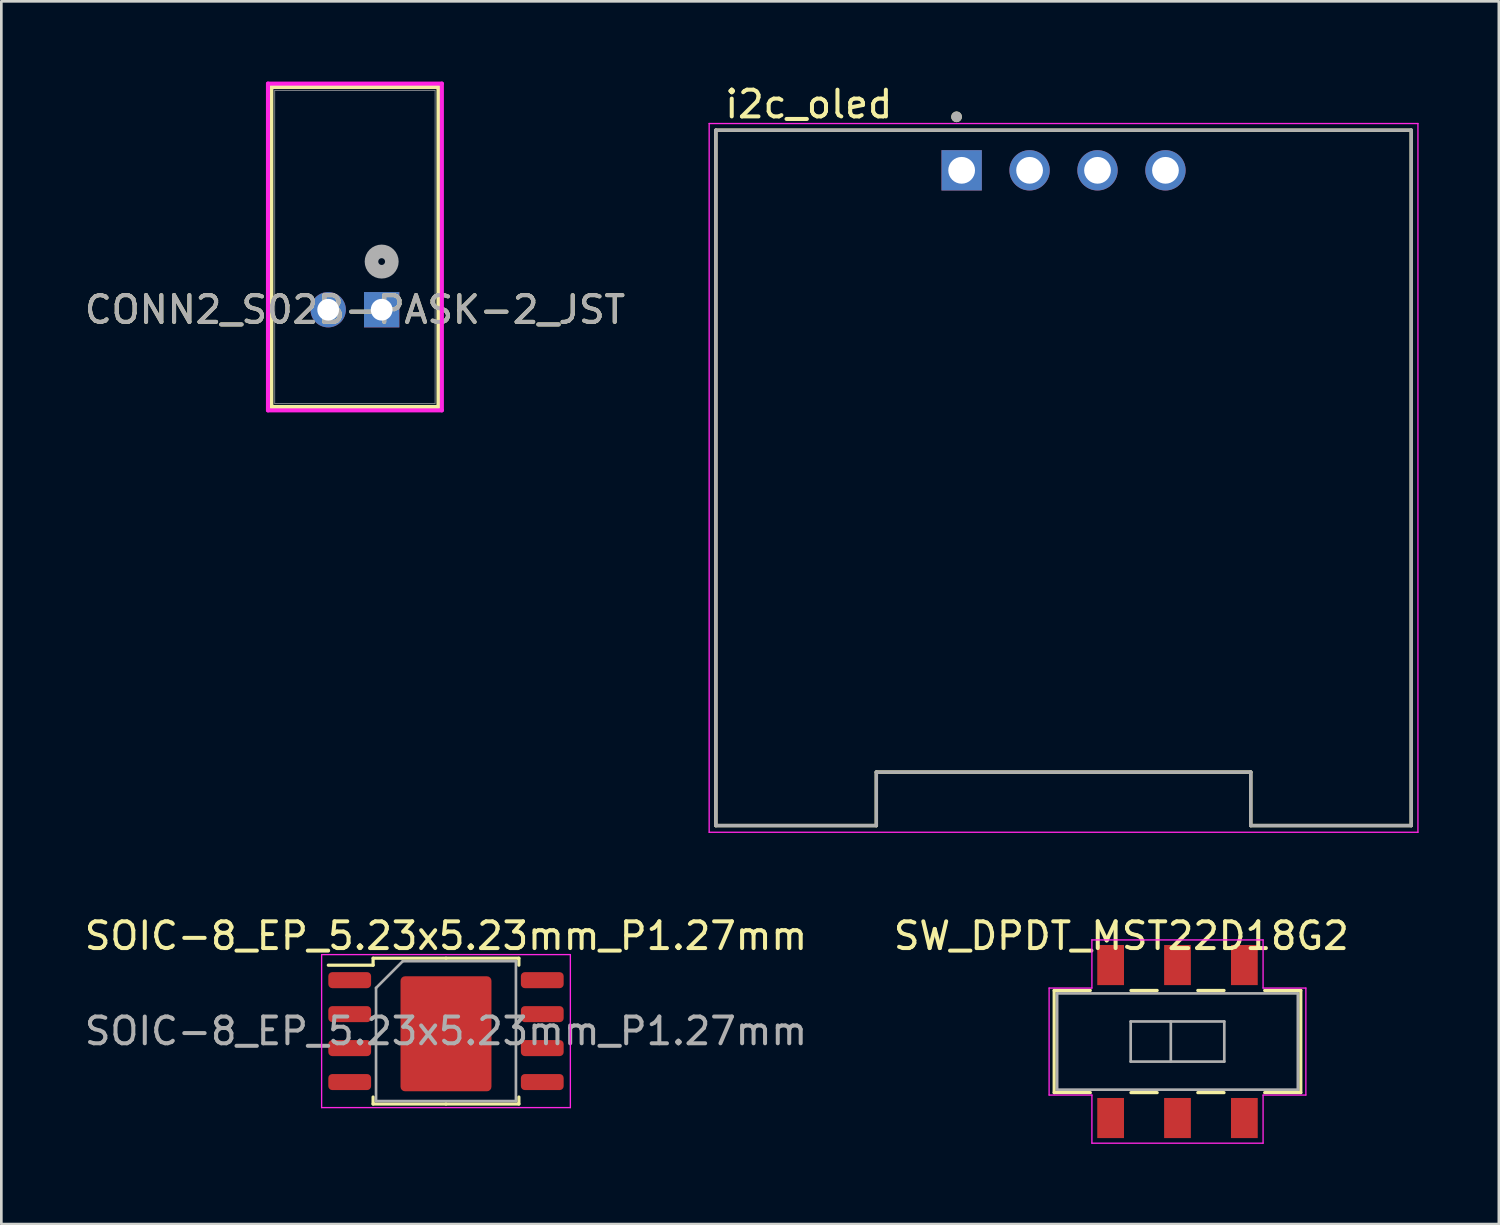
<source format=kicad_pcb>
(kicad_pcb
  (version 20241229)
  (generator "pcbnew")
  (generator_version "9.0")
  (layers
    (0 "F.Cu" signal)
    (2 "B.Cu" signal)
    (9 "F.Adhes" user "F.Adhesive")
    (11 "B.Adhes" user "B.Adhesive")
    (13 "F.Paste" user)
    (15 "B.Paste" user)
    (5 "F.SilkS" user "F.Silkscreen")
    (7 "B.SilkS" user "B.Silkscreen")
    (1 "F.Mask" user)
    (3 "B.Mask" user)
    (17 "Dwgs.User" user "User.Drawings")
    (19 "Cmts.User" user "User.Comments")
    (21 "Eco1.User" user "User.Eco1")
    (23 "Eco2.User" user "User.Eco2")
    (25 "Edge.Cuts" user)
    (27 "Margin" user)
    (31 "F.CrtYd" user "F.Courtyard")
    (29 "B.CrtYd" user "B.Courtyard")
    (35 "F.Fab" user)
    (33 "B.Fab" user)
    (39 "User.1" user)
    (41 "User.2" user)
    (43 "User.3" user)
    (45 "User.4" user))
  (footprint "i2c_oled"
    (layer "F.Cu")
    (at 36.715 14.818)
    (property "Reference" "i2c_oled" (at -9.525 -13.97 0) (layer "F.SilkS") (effects (font (size 1 1) (thickness 0.15))))
    (attr through_hole)
    (fp_line (start -13 -13) (end 13 -13) (stroke (width 0.127) (type solid)) (layer "F.SilkS"))
    (fp_line (start -13 13) (end -13 -13) (stroke (width 0.127) (type solid)) (layer "F.SilkS"))
    (fp_line (start -7 11) (end -7 13) (stroke (width 0.127) (type solid)) (layer "F.SilkS"))
    (fp_line (start -7 13) (end -13 13) (stroke (width 0.127) (type solid)) (layer "F.SilkS"))
    (fp_line (start 7 11) (end -7 11) (stroke (width 0.127) (type solid)) (layer "F.SilkS"))
    (fp_line (start 7 13) (end 7 11) (stroke (width 0.127) (type solid)) (layer "F.SilkS"))
    (fp_line (start 13 -13) (end 13 13) (stroke (width 0.127) (type solid)) (layer "F.SilkS"))
    (fp_line (start 13 13) (end 7 13) (stroke (width 0.127) (type solid)) (layer "F.SilkS"))
    (fp_circle (center -4 -13.5) (end -3.9 -13.5) (stroke (width 0.2) (type solid)) (fill no) (layer "F.SilkS"))
    (fp_line (start -13.25 -13.25) (end 13.25 -13.25) (stroke (width 0.05) (type solid)) (layer "F.CrtYd"))
    (fp_line (start -13.25 13.25) (end -13.25 -13.25) (stroke (width 0.05) (type solid)) (layer "F.CrtYd"))
    (fp_line (start 13.25 -13.25) (end 13.25 13.25) (stroke (width 0.05) (type solid)) (layer "F.CrtYd"))
    (fp_line (start 13.25 13.25) (end -13.25 13.25) (stroke (width 0.05) (type solid)) (layer "F.CrtYd"))
    (fp_line (start -13 -13) (end 13 -13) (stroke (width 0.127) (type solid)) (layer "F.Fab"))
    (fp_line (start -13 13) (end -13 -13) (stroke (width 0.127) (type solid)) (layer "F.Fab"))
    (fp_line (start -7 11) (end 7 11) (stroke (width 0.127) (type solid)) (layer "F.Fab"))
    (fp_line (start -7 13) (end -13 13) (stroke (width 0.127) (type solid)) (layer "F.Fab"))
    (fp_line (start -7 13) (end -7 11) (stroke (width 0.127) (type solid)) (layer "F.Fab"))
    (fp_line (start 7 11) (end 7 13) (stroke (width 0.127) (type solid)) (layer "F.Fab"))
    (fp_line (start 13 -13) (end 13 13) (stroke (width 0.127) (type solid)) (layer "F.Fab"))
    (fp_line (start 13 13) (end 7 13) (stroke (width 0.127) (type solid)) (layer "F.Fab"))
    (fp_circle (center -4 -13.5) (end -3.9 -13.5) (stroke (width 0.2) (type solid)) (fill no) (layer "F.Fab"))
    (pad "1" thru_hole rect (at -3.81 -11.5) (size 1.508 1.508) (drill 1) (layers "*.Cu" "*.Mask"))
    (pad "2" thru_hole circle (at -1.27 -11.5) (size 1.508 1.508) (drill 1) (layers "*.Cu" "*.Mask"))
    (pad "3" thru_hole circle (at 1.27 -11.5) (size 1.508 1.508) (drill 1) (layers "*.Cu" "*.Mask"))
    (pad "4" thru_hole circle (at 3.81 -11.5) (size 1.508 1.508) (drill 1) (layers "*.Cu" "*.Mask")))
  (footprint "SW_DPDT_MST22D18G2"
    (layer "F.Cu")
    (at 40.975 35.892)
    (property "Reference" "SW_DPDT_MST22D18G2" (at -2.1 -3.95 0) (layer "F.SilkS") (effects (font (size 1 1) (thickness 0.15))))
    (attr smd)
    (fp_line (start -4.61 -1.91) (end -4.61 1.91) (stroke (width 0.12) (type solid)) (layer "F.SilkS"))
    (fp_line (start -4.61 1.91) (end -3.26 1.91) (stroke (width 0.12) (type solid)) (layer "F.SilkS"))
    (fp_line (start -3.26 -1.91) (end -4.61 -1.91) (stroke (width 0.12) (type solid)) (layer "F.SilkS"))
    (fp_line (start -0.76 -1.91) (end -1.74 -1.91) (stroke (width 0.12) (type solid)) (layer "F.SilkS"))
    (fp_line (start -0.76 1.91) (end -1.74 1.91) (stroke (width 0.12) (type solid)) (layer "F.SilkS"))
    (fp_line (start 1.74 -1.91) (end 0.76 -1.91) (stroke (width 0.12) (type solid)) (layer "F.SilkS"))
    (fp_line (start 1.74 1.91) (end 0.76 1.91) (stroke (width 0.12) (type solid)) (layer "F.SilkS"))
    (fp_line (start 4.61 -1.91) (end 3.26 -1.91) (stroke (width 0.12) (type solid)) (layer "F.SilkS"))
    (fp_line (start 4.61 -1.91) (end 4.61 1.91) (stroke (width 0.12) (type solid)) (layer "F.SilkS"))
    (fp_line (start 4.61 1.91) (end 3.26 1.91) (stroke (width 0.12) (type solid)) (layer "F.SilkS"))
    (fp_line (start -4.8 -2) (end -3.2 -2) (stroke (width 0.05) (type solid)) (layer "F.CrtYd"))
    (fp_line (start -4.8 2) (end -4.8 -2) (stroke (width 0.05) (type solid)) (layer "F.CrtYd"))
    (fp_line (start -3.2 -3.8) (end 3.2 -3.8) (stroke (width 0.05) (type solid)) (layer "F.CrtYd"))
    (fp_line (start -3.2 -2) (end -3.2 -3.8) (stroke (width 0.05) (type solid)) (layer "F.CrtYd"))
    (fp_line (start -3.2 2) (end -4.8 2) (stroke (width 0.05) (type solid)) (layer "F.CrtYd"))
    (fp_line (start -3.2 3.8) (end -3.2 2) (stroke (width 0.05) (type solid)) (layer "F.CrtYd"))
    (fp_line (start 3.2 -3.8) (end 3.2 -2) (stroke (width 0.05) (type solid)) (layer "F.CrtYd"))
    (fp_line (start 3.2 -2) (end 4.8 -2) (stroke (width 0.05) (type solid)) (layer "F.CrtYd"))
    (fp_line (start 3.2 2) (end 3.2 3.8) (stroke (width 0.05) (type solid)) (layer "F.CrtYd"))
    (fp_line (start 3.2 3.8) (end -3.2 3.8) (stroke (width 0.05) (type solid)) (layer "F.CrtYd"))
    (fp_line (start 4.8 -2) (end 4.8 2) (stroke (width 0.05) (type solid)) (layer "F.CrtYd"))
    (fp_line (start 4.8 2) (end 3.2 2) (stroke (width 0.05) (type solid)) (layer "F.CrtYd"))
    (fp_line (start -4.5 -1.8) (end 4.5 -1.8) (stroke (width 0.1) (type solid)) (layer "F.Fab"))
    (fp_line (start -4.5 1.8) (end -4.5 -1.8) (stroke (width 0.1) (type solid)) (layer "F.Fab"))
    (fp_line (start -1.75 -0.75) (end -1.75 0.75) (stroke (width 0.1) (type solid)) (layer "F.Fab"))
    (fp_line (start -1.75 -0.75) (end 1.75 -0.75) (stroke (width 0.1) (type solid)) (layer "F.Fab"))
    (fp_line (start -0.25 -0.75) (end -0.25 0.75) (stroke (width 0.1) (type solid)) (layer "F.Fab"))
    (fp_line (start 1.75 -0.75) (end 1.75 0.75) (stroke (width 0.1) (type solid)) (layer "F.Fab"))
    (fp_line (start 1.75 0.75) (end -1.75 0.75) (stroke (width 0.1) (type solid)) (layer "F.Fab"))
    (fp_line (start 4.5 -1.8) (end 4.5 1.8) (stroke (width 0.1) (type solid)) (layer "F.Fab"))
    (fp_line (start 4.5 1.8) (end -4.5 1.8) (stroke (width 0.1) (type solid)) (layer "F.Fab"))
    (pad "1" smd rect (at -2.5 -2.86) (size 1 1.5) (layers "F.Cu" "F.Mask" "F.Paste"))
    (pad "2" smd rect (at 0 -2.86) (size 1 1.5) (layers "F.Cu" "F.Mask" "F.Paste"))
    (pad "3" smd rect (at 2.5 -2.86) (size 1 1.5) (layers "F.Cu" "F.Mask" "F.Paste"))
    (pad "4" smd rect (at -2.5 2.86) (size 1 1.5) (layers "F.Cu" "F.Mask" "F.Paste"))
    (pad "5" smd rect (at 0 2.86) (size 1 1.5) (layers "F.Cu" "F.Mask" "F.Paste"))
    (pad "6" smd rect (at 2.5 2.86) (size 1 1.5) (layers "F.Cu" "F.Mask" "F.Paste")))
  (footprint "CONN2_S02B-PASK-2_JST"
    (layer "F.Cu")
    (at 9.22 8.53)
    (property "Reference" "CONN2_S02B-PASK-2_JST" (at 1 0 0) (unlocked yes) (layer "F.SilkS") (effects (font (size 1 1) (thickness 0.15))))
    (attr through_hole)
    (fp_line (start -2.124 -8.327) (end -2.124 3.636) (stroke (width 0.152) (type solid)) (layer "F.SilkS"))
    (fp_line (start -2.124 3.636) (end 4.124 3.636) (stroke (width 0.152) (type solid)) (layer "F.SilkS"))
    (fp_line (start 4.124 -8.327) (end -2.124 -8.327) (stroke (width 0.152) (type solid)) (layer "F.SilkS"))
    (fp_line (start 4.124 3.636) (end 4.124 -8.327) (stroke (width 0.152) (type solid)) (layer "F.SilkS"))
    (fp_line (start -2.251 -8.454) (end -2.251 3.763) (stroke (width 0.152) (type solid)) (layer "F.CrtYd"))
    (fp_line (start -2.251 3.763) (end 4.251 3.763) (stroke (width 0.152) (type solid)) (layer "F.CrtYd"))
    (fp_line (start 4.251 -8.454) (end -2.251 -8.454) (stroke (width 0.152) (type solid)) (layer "F.CrtYd"))
    (fp_line (start 4.251 3.763) (end 4.251 -8.454) (stroke (width 0.152) (type solid)) (layer "F.CrtYd"))
    (fp_line (start -1.997 -8.2) (end -1.997 3.509) (stroke (width 0.025) (type solid)) (layer "F.Fab"))
    (fp_line (start -1.997 3.509) (end 3.997 3.509) (stroke (width 0.025) (type solid)) (layer "F.Fab"))
    (fp_line (start 3.997 -8.2) (end -1.997 -8.2) (stroke (width 0.025) (type solid)) (layer "F.Fab"))
    (fp_line (start 3.997 3.509) (end 3.997 -8.2) (stroke (width 0.025) (type solid)) (layer "F.Fab"))
    (fp_circle (center 2 -1.8) (end 2.381 -1.8) (stroke (width 0.508) (type solid)) (fill no) (layer "F.Fab"))
    (fp_text user "${REFERENCE}" (at 1 0 0) (unlocked yes) (layer "F.Fab") (effects (font (size 1 1) (thickness 0.15))))
    (pad "1" thru_hole rect (at 2 0) (size 1.321 1.321) (drill 0.813) (layers "*.Cu" "*.Mask"))
    (pad "2" thru_hole circle (at 0 0) (size 1.321 1.321) (drill 0.813) (layers "*.Cu" "*.Mask")))
  (footprint "SOIC-8_EP_5.23x5.23mm_P1.27mm"
    (layer "F.Cu")
    (at 13.625 35.502)
    (property "Reference" "SOIC-8_EP_5.23x5.23mm_P1.27mm" (at 0 -3.56 0) (layer "F.SilkS") (effects (font (size 1 1) (thickness 0.15))))
    (attr smd)
    (fp_line (start -2.725 -2.725) (end -2.725 -2.465) (stroke (width 0.12) (type solid)) (layer "F.SilkS"))
    (fp_line (start -2.725 -2.465) (end -4.4 -2.465) (stroke (width 0.12) (type solid)) (layer "F.SilkS"))
    (fp_line (start -2.725 2.725) (end -2.725 2.465) (stroke (width 0.12) (type solid)) (layer "F.SilkS"))
    (fp_line (start 0 -2.725) (end -2.725 -2.725) (stroke (width 0.12) (type solid)) (layer "F.SilkS"))
    (fp_line (start 0 -2.725) (end 2.725 -2.725) (stroke (width 0.12) (type solid)) (layer "F.SilkS"))
    (fp_line (start 0 2.725) (end -2.725 2.725) (stroke (width 0.12) (type solid)) (layer "F.SilkS"))
    (fp_line (start 0 2.725) (end 2.725 2.725) (stroke (width 0.12) (type solid)) (layer "F.SilkS"))
    (fp_line (start 2.725 -2.725) (end 2.725 -2.465) (stroke (width 0.12) (type solid)) (layer "F.SilkS"))
    (fp_line (start 2.725 2.725) (end 2.725 2.465) (stroke (width 0.12) (type solid)) (layer "F.SilkS"))
    (fp_line (start -4.65 -2.86) (end -4.65 2.86) (stroke (width 0.05) (type solid)) (layer "F.CrtYd"))
    (fp_line (start -4.65 2.86) (end 4.65 2.86) (stroke (width 0.05) (type solid)) (layer "F.CrtYd"))
    (fp_line (start 4.65 -2.86) (end -4.65 -2.86) (stroke (width 0.05) (type solid)) (layer "F.CrtYd"))
    (fp_line (start 4.65 2.86) (end 4.65 -2.86) (stroke (width 0.05) (type solid)) (layer "F.CrtYd"))
    (fp_line (start -2.615 -1.615) (end -1.615 -2.615) (stroke (width 0.1) (type solid)) (layer "F.Fab"))
    (fp_line (start -2.615 2.615) (end -2.615 -1.615) (stroke (width 0.1) (type solid)) (layer "F.Fab"))
    (fp_line (start -1.615 -2.615) (end 2.615 -2.615) (stroke (width 0.1) (type solid)) (layer "F.Fab"))
    (fp_line (start 2.615 -2.615) (end 2.615 2.615) (stroke (width 0.1) (type solid)) (layer "F.Fab"))
    (fp_line (start 2.615 2.615) (end -2.615 2.615) (stroke (width 0.1) (type solid)) (layer "F.Fab"))
    (fp_text user "${REFERENCE}" (at 0 0 0) (layer "F.Fab") (effects (font (size 1 1) (thickness 0.15))))
    (pad "1" smd roundrect (at -3.6 -1.905) (size 1.6 0.6) (layers "F.Cu" "F.Mask" "F.Paste") (roundrect_rratio 0.25))
    (pad "2" smd roundrect (at -3.6 -0.635) (size 1.6 0.6) (layers "F.Cu" "F.Mask" "F.Paste") (roundrect_rratio 0.25))
    (pad "3" smd roundrect (at -3.6 0.635) (size 1.6 0.6) (layers "F.Cu" "F.Mask" "F.Paste") (roundrect_rratio 0.25))
    (pad "4" smd roundrect (at -3.6 1.905) (size 1.6 0.6) (layers "F.Cu" "F.Mask" "F.Paste") (roundrect_rratio 0.25))
    (pad "5" smd roundrect (at 3.6 1.905) (size 1.6 0.6) (layers "F.Cu" "F.Mask" "F.Paste") (roundrect_rratio 0.25))
    (pad "6" smd roundrect (at 3.6 0.635) (size 1.6 0.6) (layers "F.Cu" "F.Mask" "F.Paste") (roundrect_rratio 0.25))
    (pad "7" smd roundrect (at 3.6 -0.635) (size 1.6 0.6) (layers "F.Cu" "F.Mask" "F.Paste") (roundrect_rratio 0.25))
    (pad "8" smd roundrect (at 3.6 -1.905) (size 1.6 0.6) (layers "F.Cu" "F.Mask" "F.Paste") (roundrect_rratio 0.25))
    (pad "9" smd roundrect (at 0 0.1) (size 3.4 4.3) (layers "F.Cu" "F.Mask" "F.Paste") (roundrect_rratio 0.05)))
  (gr_rect
    (start -3 -3)
    (end 52.99 42.717)
    (stroke (width 0.1) (type default))
    (fill no)
    (layer "Edge.Cuts")))
</source>
